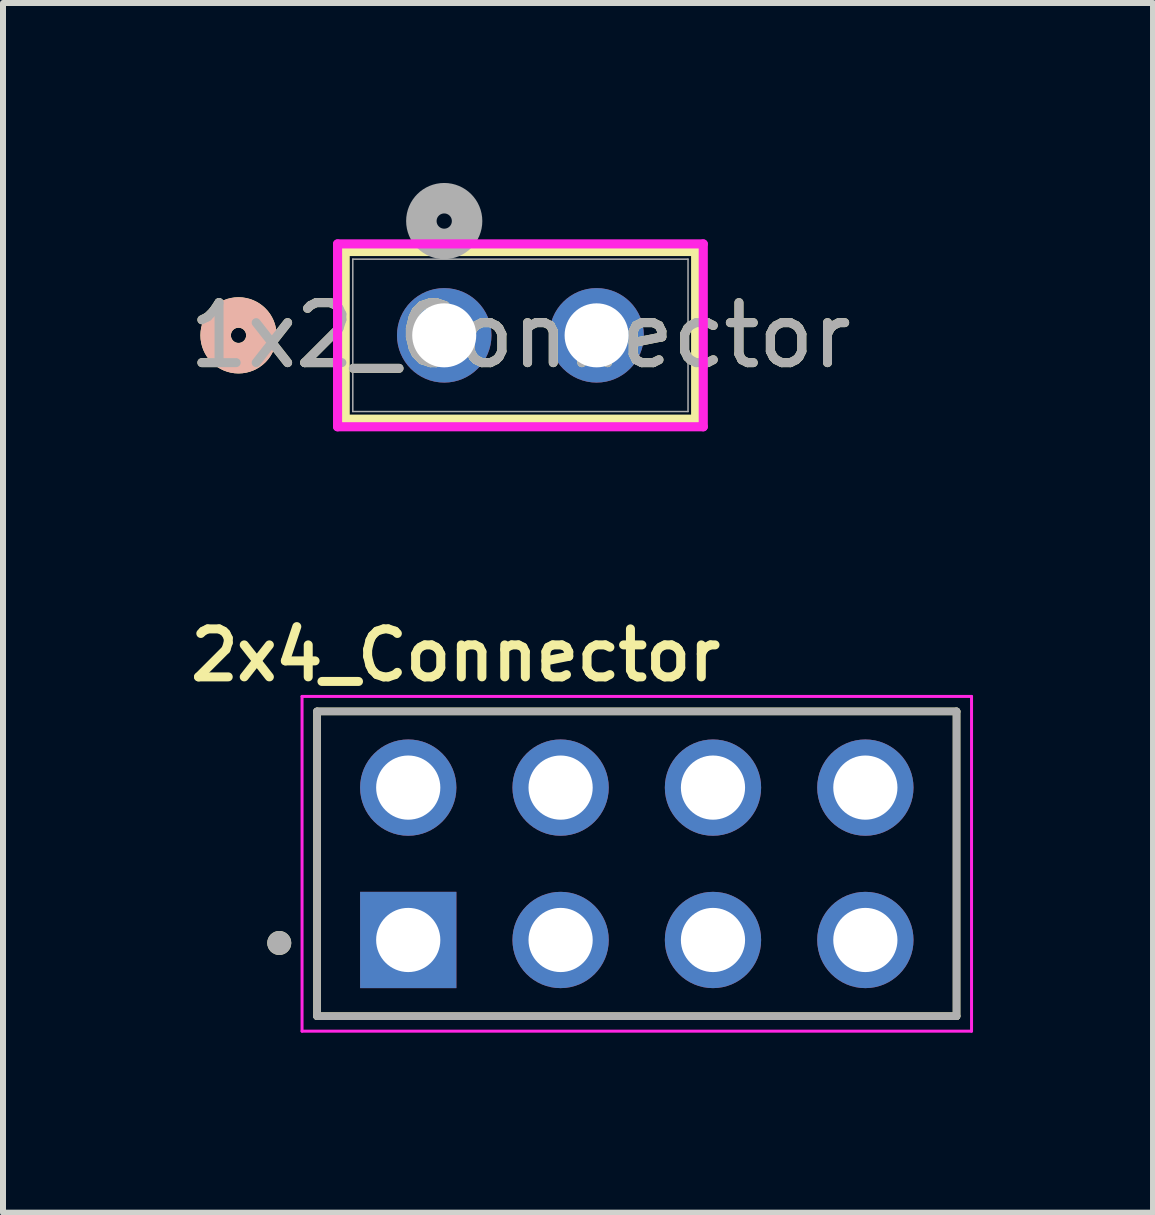
<source format=kicad_pcb>
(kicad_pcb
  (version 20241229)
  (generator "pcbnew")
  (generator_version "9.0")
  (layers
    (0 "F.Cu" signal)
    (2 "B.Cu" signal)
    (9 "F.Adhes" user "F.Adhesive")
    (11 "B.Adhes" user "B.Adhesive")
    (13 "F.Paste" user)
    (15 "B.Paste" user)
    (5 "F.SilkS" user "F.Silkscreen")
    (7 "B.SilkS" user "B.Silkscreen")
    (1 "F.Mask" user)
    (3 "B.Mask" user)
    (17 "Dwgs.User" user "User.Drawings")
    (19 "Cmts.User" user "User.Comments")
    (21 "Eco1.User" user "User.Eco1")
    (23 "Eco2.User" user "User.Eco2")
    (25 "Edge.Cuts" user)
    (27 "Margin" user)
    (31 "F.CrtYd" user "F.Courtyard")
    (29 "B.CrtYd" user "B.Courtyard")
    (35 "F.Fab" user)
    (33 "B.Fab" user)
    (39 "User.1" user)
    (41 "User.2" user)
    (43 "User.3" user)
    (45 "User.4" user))
  (footprint "1x2_Connector"
    (layer "F.Cu")
    (at 4.355 2.54)
    (property "Reference" "1x2_Connector" (at 1.27 0 0) (unlocked yes) (layer "F.SilkS") (effects (font (size 1 1) (thickness 0.15))))
    (attr through_hole)
    (fp_line (start -1.651 -1.397) (end -1.651 1.397) (stroke (width 0.152) (type solid)) (layer "F.SilkS"))
    (fp_line (start -1.651 1.397) (end 4.191 1.397) (stroke (width 0.152) (type solid)) (layer "F.SilkS"))
    (fp_line (start 4.191 -1.397) (end -1.651 -1.397) (stroke (width 0.152) (type solid)) (layer "F.SilkS"))
    (fp_line (start 4.191 1.397) (end 4.191 -1.397) (stroke (width 0.152) (type solid)) (layer "F.SilkS"))
    (fp_circle (center -3.429 0) (end -3.048 0) (stroke (width 0.508) (type solid)) (fill no) (layer "F.SilkS"))
    (fp_circle (center -3.429 0) (end -3.048 0) (stroke (width 0.508) (type solid)) (fill no) (layer "B.SilkS"))
    (fp_line (start -1.778 -1.524) (end -1.778 1.524) (stroke (width 0.152) (type solid)) (layer "F.CrtYd"))
    (fp_line (start -1.778 1.524) (end 4.318 1.524) (stroke (width 0.152) (type solid)) (layer "F.CrtYd"))
    (fp_line (start 4.318 -1.524) (end -1.778 -1.524) (stroke (width 0.152) (type solid)) (layer "F.CrtYd"))
    (fp_line (start 4.318 1.524) (end 4.318 -1.524) (stroke (width 0.152) (type solid)) (layer "F.CrtYd"))
    (fp_line (start -1.524 -1.27) (end -1.524 1.27) (stroke (width 0.025) (type solid)) (layer "F.Fab"))
    (fp_line (start -1.524 1.27) (end 4.064 1.27) (stroke (width 0.025) (type solid)) (layer "F.Fab"))
    (fp_line (start 4.064 -1.27) (end -1.524 -1.27) (stroke (width 0.025) (type solid)) (layer "F.Fab"))
    (fp_line (start 4.064 1.27) (end 4.064 -1.27) (stroke (width 0.025) (type solid)) (layer "F.Fab"))
    (fp_circle (center 0 -1.905) (end 0.381 -1.905) (stroke (width 0.508) (type solid)) (fill no) (layer "F.Fab"))
    (fp_text user "${REFERENCE}" (at 1.27 0 0) (unlocked yes) (layer "F.Fab") (effects (font (size 1 1) (thickness 0.15))))
    (pad "1" thru_hole circle (at 0 0) (size 1.575 1.575) (drill 1.067) (layers "*.Cu" "*.Mask"))
    (pad "2" thru_hole circle (at 2.54 0) (size 1.575 1.575) (drill 1.067) (layers "*.Cu" "*.Mask")))
  (footprint "2x4_Connector"
    (layer "F.Cu")
    (at 7.565 11.349)
    (property "Reference" "2x4_Connector" (at -3.02 -3.478 0) (layer "F.SilkS") (effects (font (size 0.8 0.8) (thickness 0.15))))
    (attr through_hole)
    (fp_line (start -5.33 -2.54) (end -5.33 2.54) (stroke (width 0.127) (type solid)) (layer "F.SilkS"))
    (fp_line (start -5.33 2.54) (end 5.33 2.54) (stroke (width 0.127) (type solid)) (layer "F.SilkS"))
    (fp_line (start 5.33 -2.54) (end -5.33 -2.54) (stroke (width 0.127) (type solid)) (layer "F.SilkS"))
    (fp_line (start 5.33 2.54) (end 5.33 -2.54) (stroke (width 0.127) (type solid)) (layer "F.SilkS"))
    (fp_circle (center -5.96 1.32) (end -5.86 1.32) (stroke (width 0.2) (type solid)) (fill no) (layer "F.SilkS"))
    (fp_line (start -5.58 -2.79) (end -5.58 2.79) (stroke (width 0.05) (type solid)) (layer "F.CrtYd"))
    (fp_line (start -5.58 2.79) (end 5.58 2.79) (stroke (width 0.05) (type solid)) (layer "F.CrtYd"))
    (fp_line (start 5.58 -2.79) (end -5.58 -2.79) (stroke (width 0.05) (type solid)) (layer "F.CrtYd"))
    (fp_line (start 5.58 2.79) (end 5.58 -2.79) (stroke (width 0.05) (type solid)) (layer "F.CrtYd"))
    (fp_line (start -5.33 -2.54) (end -5.33 2.54) (stroke (width 0.127) (type solid)) (layer "F.Fab"))
    (fp_line (start -5.33 2.54) (end 5.33 2.54) (stroke (width 0.127) (type solid)) (layer "F.Fab"))
    (fp_line (start 5.33 -2.54) (end -5.33 -2.54) (stroke (width 0.127) (type solid)) (layer "F.Fab"))
    (fp_line (start 5.33 2.54) (end 5.33 -2.54) (stroke (width 0.127) (type solid)) (layer "F.Fab"))
    (fp_circle (center -5.96 1.32) (end -5.86 1.32) (stroke (width 0.2) (type solid)) (fill no) (layer "F.Fab"))
    (pad "1" thru_hole rect (at -3.81 1.27) (size 1.605 1.605) (drill 1.07) (layers "*.Cu" "*.Mask"))
    (pad "2" thru_hole circle (at -3.81 -1.27) (size 1.605 1.605) (drill 1.07) (layers "*.Cu" "*.Mask"))
    (pad "3" thru_hole circle (at -1.27 1.27) (size 1.605 1.605) (drill 1.07) (layers "*.Cu" "*.Mask"))
    (pad "4" thru_hole circle (at -1.27 -1.27) (size 1.605 1.605) (drill 1.07) (layers "*.Cu" "*.Mask"))
    (pad "5" thru_hole circle (at 1.27 1.27) (size 1.605 1.605) (drill 1.07) (layers "*.Cu" "*.Mask"))
    (pad "6" thru_hole circle (at 1.27 -1.27) (size 1.605 1.605) (drill 1.07) (layers "*.Cu" "*.Mask"))
    (pad "7" thru_hole circle (at 3.81 1.27) (size 1.605 1.605) (drill 1.07) (layers "*.Cu" "*.Mask"))
    (pad "8" thru_hole circle (at 3.81 -1.27) (size 1.605 1.605) (drill 1.07) (layers "*.Cu" "*.Mask")))
  (gr_rect
    (start -3 -3)
    (end 16.17 17.164)
    (stroke (width 0.1) (type default))
    (fill no)
    (layer "Edge.Cuts")))
</source>
